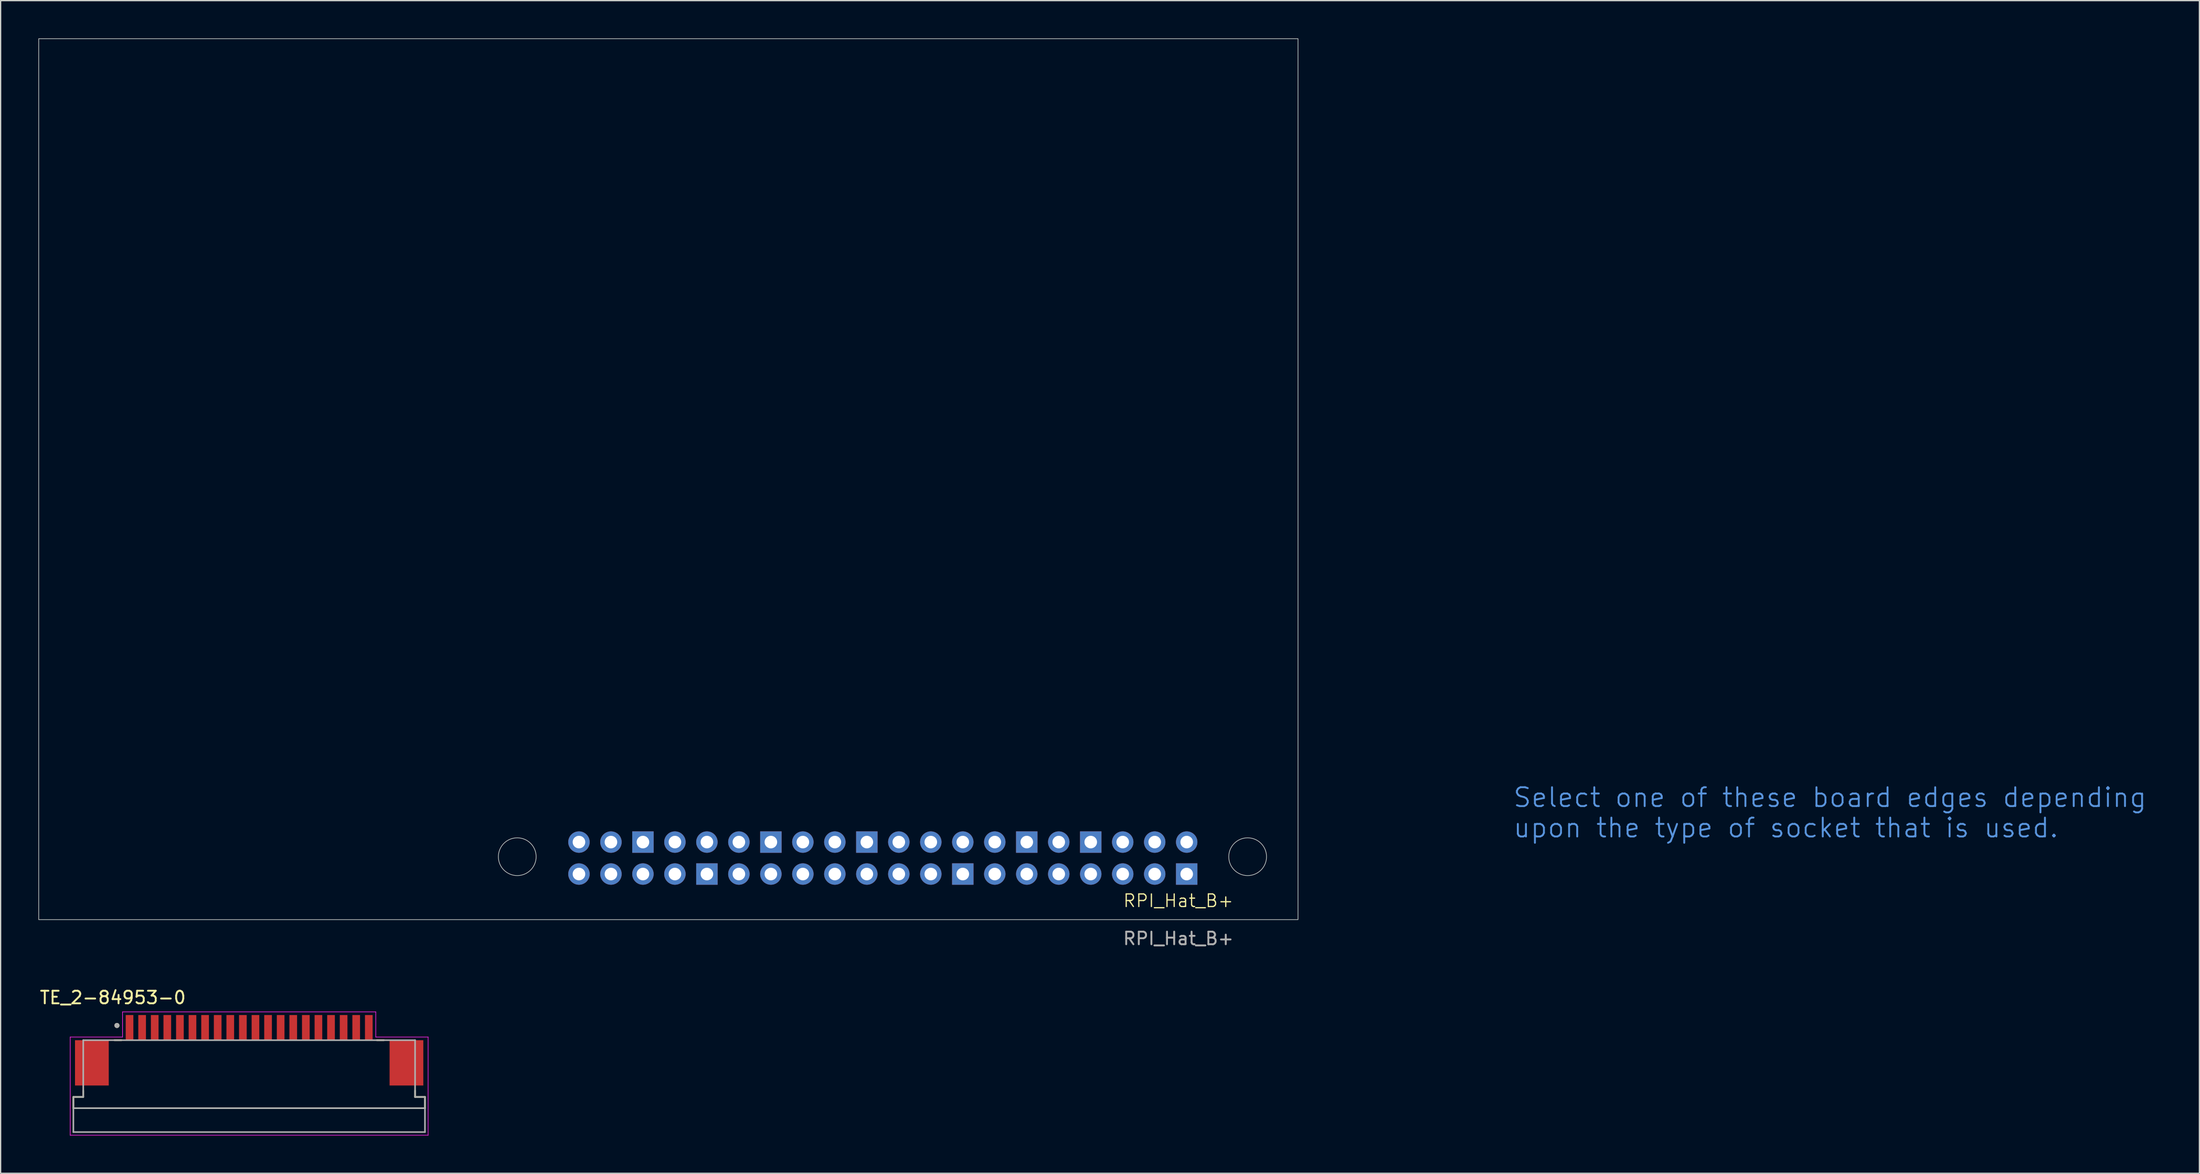
<source format=kicad_pcb>
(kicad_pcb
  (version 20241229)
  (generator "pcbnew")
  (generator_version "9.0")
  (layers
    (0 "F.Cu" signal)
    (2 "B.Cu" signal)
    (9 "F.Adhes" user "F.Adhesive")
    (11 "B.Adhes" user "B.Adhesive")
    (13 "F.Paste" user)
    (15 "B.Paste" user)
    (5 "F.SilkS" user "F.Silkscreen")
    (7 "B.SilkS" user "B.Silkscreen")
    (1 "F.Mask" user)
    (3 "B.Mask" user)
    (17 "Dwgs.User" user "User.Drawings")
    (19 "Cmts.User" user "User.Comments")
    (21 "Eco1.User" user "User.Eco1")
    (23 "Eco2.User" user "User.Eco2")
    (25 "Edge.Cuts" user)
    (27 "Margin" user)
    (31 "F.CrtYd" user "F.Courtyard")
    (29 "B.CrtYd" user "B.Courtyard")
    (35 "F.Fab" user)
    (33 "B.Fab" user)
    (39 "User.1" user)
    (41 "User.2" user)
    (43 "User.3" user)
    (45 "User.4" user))
  (footprint "TE_2-84953-0"
    (layer "F.Cu")
    (at 16.736 78.606)
    (property "Reference" "TE_2-84953-0" (at -10.825 -2.385 0) (layer "F.SilkS") (effects (font (size 1 1) (thickness 0.15))))
    (attr smd)
    (fp_line (start -13.96 6.4) (end -13.96 5.51) (stroke (width 0.127) (type solid)) (layer "F.SilkS"))
    (fp_line (start -13.175 5) (end -13.175 5.51) (stroke (width 0.127) (type solid)) (layer "F.SilkS"))
    (fp_line (start -13.175 5.51) (end -13.96 5.51) (stroke (width 0.127) (type solid)) (layer "F.SilkS"))
    (fp_line (start -10.7 1) (end -10.14 1) (stroke (width 0.127) (type solid)) (layer "F.SilkS"))
    (fp_line (start 10.14 1) (end 10.7 1) (stroke (width 0.127) (type solid)) (layer "F.SilkS"))
    (fp_line (start 13.175 5) (end 13.175 5.51) (stroke (width 0.127) (type solid)) (layer "F.SilkS"))
    (fp_line (start 13.96 5.51) (end 13.175 5.51) (stroke (width 0.127) (type solid)) (layer "F.SilkS"))
    (fp_line (start 13.96 5.51) (end 13.96 6.4) (stroke (width 0.127) (type solid)) (layer "F.SilkS"))
    (fp_line (start 13.96 6.4) (end -13.96 6.4) (stroke (width 0.127) (type solid)) (layer "F.SilkS"))
    (fp_circle (center -10.5 -0.17) (end -10.4 -0.17) (stroke (width 0.2) (type solid)) (fill no) (layer "F.SilkS"))
    (fp_line (start -14.21 0.75) (end -10.055 0.75) (stroke (width 0.05) (type solid)) (layer "F.CrtYd"))
    (fp_line (start -14.21 8.55) (end -14.21 0.75) (stroke (width 0.05) (type solid)) (layer "F.CrtYd"))
    (fp_line (start -10.055 -1.25) (end 10.055 -1.25) (stroke (width 0.05) (type solid)) (layer "F.CrtYd"))
    (fp_line (start -10.055 0.75) (end -10.055 -1.25) (stroke (width 0.05) (type solid)) (layer "F.CrtYd"))
    (fp_line (start 10.055 -1.25) (end 10.055 0.75) (stroke (width 0.05) (type solid)) (layer "F.CrtYd"))
    (fp_line (start 10.055 0.75) (end 14.21 0.75) (stroke (width 0.05) (type solid)) (layer "F.CrtYd"))
    (fp_line (start 14.21 0.75) (end 14.21 8.55) (stroke (width 0.05) (type solid)) (layer "F.CrtYd"))
    (fp_line (start 14.21 8.55) (end -14.21 8.55) (stroke (width 0.05) (type solid)) (layer "F.CrtYd"))
    (fp_line (start -13.96 5.51) (end -13.96 6.4) (stroke (width 0.127) (type solid)) (layer "F.Fab"))
    (fp_line (start -13.96 8.3) (end -13.96 6.4) (stroke (width 0.127) (type solid)) (layer "F.Fab"))
    (fp_line (start -13.175 1) (end -13.175 5.51) (stroke (width 0.127) (type solid)) (layer "F.Fab"))
    (fp_line (start -13.175 1) (end 13.175 1) (stroke (width 0.127) (type solid)) (layer "F.Fab"))
    (fp_line (start -13.175 5.51) (end -13.96 5.51) (stroke (width 0.127) (type solid)) (layer "F.Fab"))
    (fp_line (start 13.175 1) (end 13.175 5.51) (stroke (width 0.127) (type solid)) (layer "F.Fab"))
    (fp_line (start 13.96 5.51) (end 13.175 5.51) (stroke (width 0.127) (type solid)) (layer "F.Fab"))
    (fp_line (start 13.96 5.51) (end 13.96 6.4) (stroke (width 0.127) (type solid)) (layer "F.Fab"))
    (fp_line (start 13.96 6.4) (end -13.96 6.4) (stroke (width 0.127) (type solid)) (layer "F.Fab"))
    (fp_line (start 13.96 6.4) (end 13.96 8.3) (stroke (width 0.127) (type solid)) (layer "F.Fab"))
    (fp_line (start 13.96 8.3) (end -13.96 8.3) (stroke (width 0.127) (type solid)) (layer "F.Fab"))
    (fp_circle (center -10.5 -0.17) (end -10.4 -0.17) (stroke (width 0.2) (type solid)) (fill no) (layer "F.Fab"))
    (pad "1" smd rect (at -9.5 0) (size 0.61 2) (layers "F.Cu" "F.Mask" "F.Paste"))
    (pad "2" smd rect (at -8.5 0) (size 0.61 2) (layers "F.Cu" "F.Mask" "F.Paste"))
    (pad "3" smd rect (at -7.5 0) (size 0.61 2) (layers "F.Cu" "F.Mask" "F.Paste"))
    (pad "4" smd rect (at -6.5 0) (size 0.61 2) (layers "F.Cu" "F.Mask" "F.Paste"))
    (pad "5" smd rect (at -5.5 0) (size 0.61 2) (layers "F.Cu" "F.Mask" "F.Paste"))
    (pad "6" smd rect (at -4.5 0) (size 0.61 2) (layers "F.Cu" "F.Mask" "F.Paste"))
    (pad "7" smd rect (at -3.5 0) (size 0.61 2) (layers "F.Cu" "F.Mask" "F.Paste"))
    (pad "8" smd rect (at -2.5 0) (size 0.61 2) (layers "F.Cu" "F.Mask" "F.Paste"))
    (pad "9" smd rect (at -1.5 0) (size 0.61 2) (layers "F.Cu" "F.Mask" "F.Paste"))
    (pad "10" smd rect (at -0.5 0) (size 0.61 2) (layers "F.Cu" "F.Mask" "F.Paste"))
    (pad "11" smd rect (at 0.5 0) (size 0.61 2) (layers "F.Cu" "F.Mask" "F.Paste"))
    (pad "12" smd rect (at 1.5 0) (size 0.61 2) (layers "F.Cu" "F.Mask" "F.Paste"))
    (pad "13" smd rect (at 2.5 0) (size 0.61 2) (layers "F.Cu" "F.Mask" "F.Paste"))
    (pad "14" smd rect (at 3.5 0) (size 0.61 2) (layers "F.Cu" "F.Mask" "F.Paste"))
    (pad "15" smd rect (at 4.5 0) (size 0.61 2) (layers "F.Cu" "F.Mask" "F.Paste"))
    (pad "16" smd rect (at 5.5 0) (size 0.61 2) (layers "F.Cu" "F.Mask" "F.Paste"))
    (pad "17" smd rect (at 6.5 0) (size 0.61 2) (layers "F.Cu" "F.Mask" "F.Paste"))
    (pad "18" smd rect (at 7.5 0) (size 0.61 2) (layers "F.Cu" "F.Mask" "F.Paste"))
    (pad "19" smd rect (at 8.5 0) (size 0.61 2) (layers "F.Cu" "F.Mask" "F.Paste"))
    (pad "20" smd rect (at 9.5 0) (size 0.61 2) (layers "F.Cu" "F.Mask" "F.Paste"))
    (pad "S1" smd rect (at -12.49 2.8) (size 2.68 3.6) (layers "F.Cu" "F.Mask" "F.Paste"))
    (pad "S2" smd rect (at 12.49 2.8) (size 2.68 3.6) (layers "F.Cu" "F.Mask" "F.Paste")))
  (footprint "RPI_Hat_B+"
    (layer "F.Cu")
    (at 67.025 65.025)
    (property "Reference" "RPI_Hat_B+" (at 23.5 3.5 0) (unlocked yes) (layer "F.SilkS") (effects (font (size 1 1) (thickness 0.1))))
    (attr through_hole)
    (fp_rect (start -67 -65) (end 33 5) (stroke (width 0.05) (type solid)) (fill no) (layer "Edge.Cuts"))
    (fp_circle (center -29 0) (end -30.5 -0.000001) (stroke (width 0.05) (type default)) (fill no) (layer "Edge.Cuts"))
    (fp_circle (center 29 0) (end 30.5 -0.000001) (stroke (width 0.05) (type default)) (fill no) (layer "Edge.Cuts"))
    (fp_text user "Select one of these board edges depending \nupon the type of socket that is used." (at 50 -3.5 0) (unlocked yes) (layer "Cmts.User") (effects (font (size 1.5 1.5) (thickness 0.15)) (justify left)))
    (fp_text user "${REFERENCE}" (at 23.5 6.5 0) (unlocked yes) (layer "F.Fab") (effects (font (size 1 1) (thickness 0.15))))
    (pad "1" thru_hole circle (at -24.1 1.378 90) (size 1.7 1.7) (drill 1) (layers "*.Cu" "*.Mask"))
    (pad "2" thru_hole oval (at -24.1 -1.162 90) (size 1.7 1.7) (drill 1) (layers "*.Cu" "*.Mask"))
    (pad "3" thru_hole oval (at -21.56 1.378 90) (size 1.7 1.7) (drill 1) (layers "*.Cu" "*.Mask"))
    (pad "4" thru_hole oval (at -21.56 -1.162 90) (size 1.7 1.7) (drill 1) (layers "*.Cu" "*.Mask"))
    (pad "5" thru_hole oval (at -19.02 1.378 90) (size 1.7 1.7) (drill 1) (layers "*.Cu" "*.Mask"))
    (pad "6" thru_hole rect (at -19.02 -1.162 90) (size 1.7 1.7) (drill 1) (layers "*.Cu" "*.Mask"))
    (pad "7" thru_hole oval (at -16.48 1.378 90) (size 1.7 1.7) (drill 1) (layers "*.Cu" "*.Mask"))
    (pad "8" thru_hole oval (at -16.48 -1.162 90) (size 1.7 1.7) (drill 1) (layers "*.Cu" "*.Mask"))
    (pad "9" thru_hole rect (at -13.94 1.378 90) (size 1.7 1.7) (drill 1) (layers "*.Cu" "*.Mask"))
    (pad "10" thru_hole oval (at -13.94 -1.162 90) (size 1.7 1.7) (drill 1) (layers "*.Cu" "*.Mask"))
    (pad "11" thru_hole oval (at -11.4 1.378 90) (size 1.7 1.7) (drill 1) (layers "*.Cu" "*.Mask"))
    (pad "12" thru_hole oval (at -11.4 -1.162 90) (size 1.7 1.7) (drill 1) (layers "*.Cu" "*.Mask"))
    (pad "13" thru_hole oval (at -8.86 1.378 90) (size 1.7 1.7) (drill 1) (layers "*.Cu" "*.Mask"))
    (pad "14" thru_hole rect (at -8.86 -1.162 90) (size 1.7 1.7) (drill 1) (layers "*.Cu" "*.Mask"))
    (pad "15" thru_hole oval (at -6.32 1.378 90) (size 1.7 1.7) (drill 1) (layers "*.Cu" "*.Mask"))
    (pad "16" thru_hole oval (at -6.32 -1.162 90) (size 1.7 1.7) (drill 1) (layers "*.Cu" "*.Mask"))
    (pad "17" thru_hole oval (at -3.78 1.378 90) (size 1.7 1.7) (drill 1) (layers "*.Cu" "*.Mask"))
    (pad "18" thru_hole oval (at -3.78 -1.162 90) (size 1.7 1.7) (drill 1) (layers "*.Cu" "*.Mask"))
    (pad "19" thru_hole oval (at -1.24 1.378 90) (size 1.7 1.7) (drill 1) (layers "*.Cu" "*.Mask"))
    (pad "20" thru_hole rect (at -1.24 -1.162 90) (size 1.7 1.7) (drill 1) (layers "*.Cu" "*.Mask"))
    (pad "21" thru_hole oval (at 1.3 1.378 90) (size 1.7 1.7) (drill 1) (layers "*.Cu" "*.Mask"))
    (pad "22" thru_hole oval (at 1.3 -1.162 90) (size 1.7 1.7) (drill 1) (layers "*.Cu" "*.Mask"))
    (pad "23" thru_hole oval (at 3.84 1.378 90) (size 1.7 1.7) (drill 1) (layers "*.Cu" "*.Mask"))
    (pad "24" thru_hole oval (at 3.84 -1.162 90) (size 1.7 1.7) (drill 1) (layers "*.Cu" "*.Mask"))
    (pad "25" thru_hole rect (at 6.38 1.378 90) (size 1.7 1.7) (drill 1) (layers "*.Cu" "*.Mask"))
    (pad "26" thru_hole oval (at 6.38 -1.162 90) (size 1.7 1.7) (drill 1) (layers "*.Cu" "*.Mask"))
    (pad "27" thru_hole oval (at 8.92 1.378 90) (size 1.7 1.7) (drill 1) (layers "*.Cu" "*.Mask"))
    (pad "28" thru_hole oval (at 8.92 -1.162 90) (size 1.7 1.7) (drill 1) (layers "*.Cu" "*.Mask"))
    (pad "29" thru_hole oval (at 11.46 1.378 90) (size 1.7 1.7) (drill 1) (layers "*.Cu" "*.Mask"))
    (pad "30" thru_hole rect (at 11.46 -1.162 90) (size 1.7 1.7) (drill 1) (layers "*.Cu" "*.Mask"))
    (pad "31" thru_hole oval (at 14 1.378 90) (size 1.7 1.7) (drill 1) (layers "*.Cu" "*.Mask"))
    (pad "32" thru_hole oval (at 14 -1.162 90) (size 1.7 1.7) (drill 1) (layers "*.Cu" "*.Mask"))
    (pad "33" thru_hole oval (at 16.54 1.378 90) (size 1.7 1.7) (drill 1) (layers "*.Cu" "*.Mask"))
    (pad "34" thru_hole rect (at 16.54 -1.162 90) (size 1.7 1.7) (drill 1) (layers "*.Cu" "*.Mask"))
    (pad "35" thru_hole oval (at 19.08 1.378 90) (size 1.7 1.7) (drill 1) (layers "*.Cu" "*.Mask"))
    (pad "36" thru_hole oval (at 19.08 -1.162 90) (size 1.7 1.7) (drill 1) (layers "*.Cu" "*.Mask"))
    (pad "37" thru_hole oval (at 21.62 1.378 90) (size 1.7 1.7) (drill 1) (layers "*.Cu" "*.Mask"))
    (pad "38" thru_hole oval (at 21.62 -1.162 90) (size 1.7 1.7) (drill 1) (layers "*.Cu" "*.Mask"))
    (pad "39" thru_hole rect (at 24.16 1.378 90) (size 1.7 1.7) (drill 1) (layers "*.Cu" "*.Mask"))
    (pad "40" thru_hole oval (at 24.16 -1.162 90) (size 1.7 1.7) (drill 1) (layers "*.Cu" "*.Mask")))
  (gr_rect
    (start -3 -3)
    (end 171.604 90.181)
    (stroke (width 0.1) (type default))
    (fill no)
    (layer "Edge.Cuts")))
</source>
